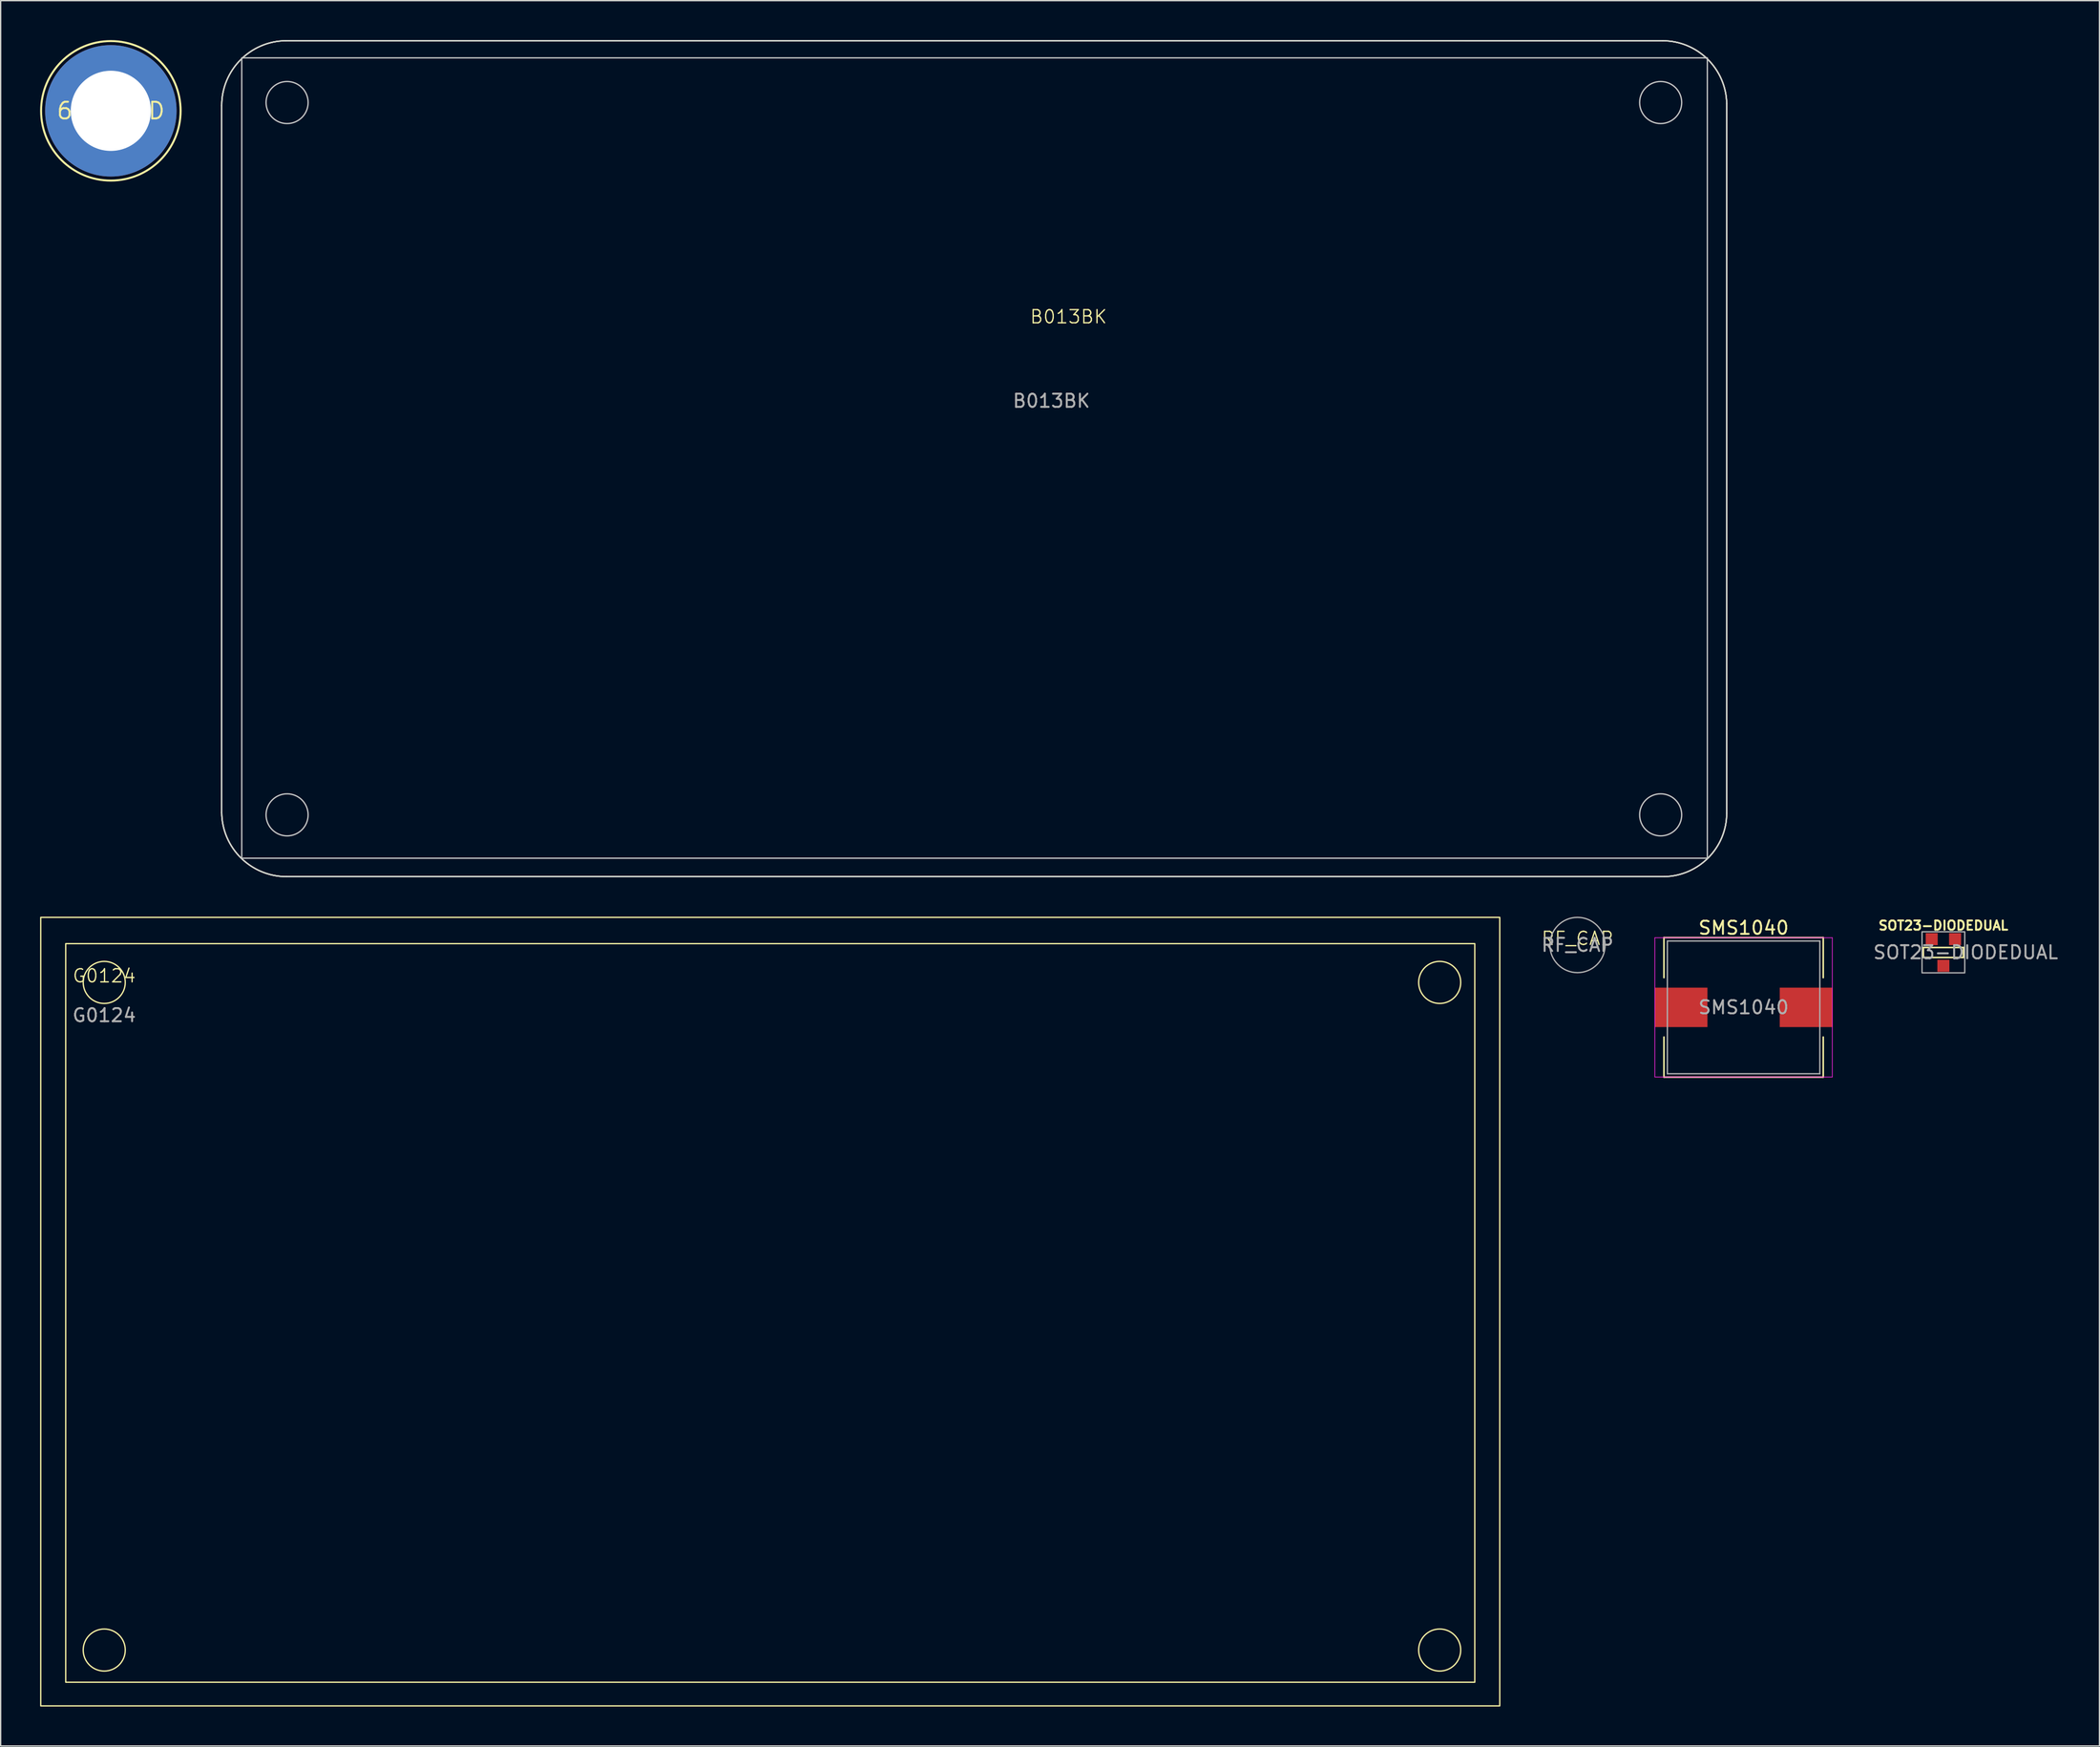
<source format=kicad_pcb>
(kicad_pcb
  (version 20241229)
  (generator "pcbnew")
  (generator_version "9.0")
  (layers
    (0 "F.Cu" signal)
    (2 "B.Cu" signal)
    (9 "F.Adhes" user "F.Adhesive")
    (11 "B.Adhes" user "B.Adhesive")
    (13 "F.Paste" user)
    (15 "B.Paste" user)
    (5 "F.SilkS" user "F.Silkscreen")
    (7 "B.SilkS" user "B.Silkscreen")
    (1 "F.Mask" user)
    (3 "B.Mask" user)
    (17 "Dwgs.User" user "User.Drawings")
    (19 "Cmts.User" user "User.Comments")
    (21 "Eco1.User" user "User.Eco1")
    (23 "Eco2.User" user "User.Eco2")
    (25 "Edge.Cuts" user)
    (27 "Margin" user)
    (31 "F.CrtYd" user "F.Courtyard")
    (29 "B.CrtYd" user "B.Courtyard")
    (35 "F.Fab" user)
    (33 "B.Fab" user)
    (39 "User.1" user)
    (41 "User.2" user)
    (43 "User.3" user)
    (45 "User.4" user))
  (footprint "B013BK"
    (layer "F.Cu")
    (at 18.742 4.752)
    (property "Reference" "B013BK" (at 59.5 16.3 0) (unlocked yes) (layer "F.SilkS") (effects (font (size 1 1) (thickness 0.1))))
    (fp_line (start -4.925 0.225) (end -4.925 54.025) (stroke (width 0.1) (type default)) (layer "F.SilkS"))
    (fp_line (start 0.002 58.9) (end 104.825 58.9) (stroke (width 0.1) (type default)) (layer "F.SilkS"))
    (fp_line (start 104.7 -4.7) (end -0.05 -4.702) (stroke (width 0.1) (type default)) (layer "F.SilkS"))
    (fp_line (start 109.575 54.075) (end 109.575 0.084) (stroke (width 0.1) (type default)) (layer "F.SilkS"))
    (fp_arc (start -4.925 0.224721) (mid -3.500283 -3.240889) (end -0.050025 -4.702391) (stroke (width 0.1) (type default)) (layer "F.SilkS"))
    (fp_arc (start 0.002112 58.899975) (mid -3.463498 57.475258) (end -4.925 54.025) (stroke (width 0.1) (type default)) (layer "F.SilkS"))
    (fp_arc (start 104.7 -4.7) (mid 108.115185 -3.304158) (end 109.575 0.084175) (stroke (width 0.1) (type default)) (layer "F.SilkS"))
    (fp_arc (start 109.575 54.075144) (mid 108.183462 57.456105) (end 104.824528 58.9) (stroke (width 0.1) (type default)) (layer "F.SilkS"))
    (fp_rect (start -3.4 -3.4) (end 108.1 57.5) (stroke (width 0.1) (type default)) (fill no) (layer "Dwgs.User"))
    (fp_circle (center 0.05 0) (end 1.65 0) (stroke (width 0.1) (type default)) (fill no) (layer "Dwgs.User"))
    (fp_circle (center 0.05 54.2) (end 1.65 54.2) (stroke (width 0.1) (type default)) (fill no) (layer "Dwgs.User"))
    (fp_circle (center 104.55 0) (end 106.15 0) (stroke (width 0.1) (type default)) (fill no) (layer "Dwgs.User"))
    (fp_circle (center 104.55 54.2) (end 106.15 54.2) (stroke (width 0.1) (type default)) (fill no) (layer "Dwgs.User"))
    (fp_line (start -4.925 0.225) (end -4.925 54.025) (stroke (width 0.1) (type default)) (layer "Edge.Cuts"))
    (fp_line (start 0.002 58.9) (end 104.825 58.9) (stroke (width 0.1) (type default)) (layer "Edge.Cuts"))
    (fp_line (start 104.7 -4.7) (end -0.05 -4.702) (stroke (width 0.1) (type default)) (layer "Edge.Cuts"))
    (fp_line (start 109.575 54.075) (end 109.575 0.084) (stroke (width 0.1) (type default)) (layer "Edge.Cuts"))
    (fp_arc (start -4.925 0.22472) (mid -3.500283 -3.24089) (end -0.050025 -4.702392) (stroke (width 0.1) (type default)) (layer "Edge.Cuts"))
    (fp_arc (start 0.002112 58.899974) (mid -3.463497 57.475257) (end -4.925 54.024999) (stroke (width 0.1) (type default)) (layer "Edge.Cuts"))
    (fp_arc (start 104.7 -4.700001) (mid 108.115198 -3.304173) (end 109.575 0.084174) (stroke (width 0.1) (type default)) (layer "Edge.Cuts"))
    (fp_arc (start 109.575 54.075143) (mid 108.183449 57.45609) (end 104.824528 58.899999) (stroke (width 0.1) (type default)) (layer "Edge.Cuts"))
    (fp_line (start -4.925 0.225) (end -4.925 54.025) (stroke (width 0.1) (type default)) (layer "F.Fab"))
    (fp_line (start 0.002 58.9) (end 104.825 58.9) (stroke (width 0.1) (type default)) (layer "F.Fab"))
    (fp_line (start 104.7 -4.7) (end -0.05 -4.702) (stroke (width 0.1) (type default)) (layer "F.Fab"))
    (fp_line (start 109.575 54.075) (end 109.575 0.084) (stroke (width 0.1) (type default)) (layer "F.Fab"))
    (fp_arc (start -4.925 0.22472) (mid -3.500283 -3.24089) (end -0.050025 -4.702392) (stroke (width 0.1) (type default)) (layer "F.Fab"))
    (fp_arc (start 0.002112 58.899974) (mid -3.463498 57.475257) (end -4.925 54.024999) (stroke (width 0.1) (type default)) (layer "F.Fab"))
    (fp_arc (start 104.7 -4.700001) (mid 108.115193 -3.304168) (end 109.575 0.084174) (stroke (width 0.1) (type default)) (layer "F.Fab"))
    (fp_arc (start 109.575 54.075143) (mid 108.183447 57.456089) (end 104.824528 58.899999) (stroke (width 0.1) (type default)) (layer "F.Fab"))
    (fp_text user "${REFERENCE}" (at 58.2 22.7 0) (unlocked yes) (layer "F.Fab") (effects (font (size 1 1) (thickness 0.15)))))
  (footprint "RF_CAP"
    (layer "F.Cu")
    (at 116.963 68.855)
    (property "Reference" "RF_CAP" (at 0 -0.5 0) (unlocked yes) (layer "F.SilkS") (effects (font (size 1 1) (thickness 0.1))))
    (fp_circle (center 0 0) (end 2 0.65) (stroke (width 0.1) (type default)) (fill no) (layer "F.Fab"))
    (fp_text user "${REFERENCE}" (at 0 0 0) (unlocked yes) (layer "F.Fab") (effects (font (size 1 1) (thickness 0.15)))))
  (footprint "SMS1040"
    (layer "F.Cu")
    (at 129.601 73.601)
    (property "Reference" "SMS1040" (at 0 -6.05 0) (layer "F.SilkS") (effects (font (size 1 1) (thickness 0.15))))
    (attr smd)
    (fp_line (start -6.06 -5.31) (end -6.06 -2.26) (stroke (width 0.12) (type solid)) (layer "F.SilkS"))
    (fp_line (start -6.06 -5.31) (end 6.06 -5.31) (stroke (width 0.12) (type solid)) (layer "F.SilkS"))
    (fp_line (start -6.06 5.31) (end -6.06 2.26) (stroke (width 0.12) (type solid)) (layer "F.SilkS"))
    (fp_line (start -6.06 5.31) (end 6.06 5.31) (stroke (width 0.12) (type solid)) (layer "F.SilkS"))
    (fp_line (start 6.06 -5.31) (end 6.06 -2.26) (stroke (width 0.12) (type solid)) (layer "F.SilkS"))
    (fp_line (start 6.06 5.31) (end 6.06 2.26) (stroke (width 0.12) (type solid)) (layer "F.SilkS"))
    (fp_line (start -6.75 -5.3) (end -6.75 5.3) (stroke (width 0.05) (type solid)) (layer "F.CrtYd"))
    (fp_line (start -6.75 5.3) (end 6.75 5.3) (stroke (width 0.05) (type solid)) (layer "F.CrtYd"))
    (fp_line (start 6.75 -5.3) (end -6.75 -5.3) (stroke (width 0.05) (type solid)) (layer "F.CrtYd"))
    (fp_line (start 6.75 5.3) (end 6.75 -5.3) (stroke (width 0.05) (type solid)) (layer "F.CrtYd"))
    (fp_line (start -5.8 -5.05) (end -5.8 5.05) (stroke (width 0.1) (type solid)) (layer "F.Fab"))
    (fp_line (start -5.8 5.05) (end 5.8 5.05) (stroke (width 0.1) (type solid)) (layer "F.Fab"))
    (fp_line (start 5.8 -5.05) (end -5.8 -5.05) (stroke (width 0.1) (type solid)) (layer "F.Fab"))
    (fp_line (start 5.8 5.05) (end 5.8 -5.05) (stroke (width 0.1) (type solid)) (layer "F.Fab"))
    (fp_text user "${REFERENCE}" (at 0 0 0) (layer "F.Fab") (effects (font (size 1 1) (thickness 0.15))))
    (pad "1" smd rect (at -4.75 0) (size 4 3) (layers "F.Cu" "F.Mask" "F.Paste"))
    (pad "2" smd rect (at 4.75 0) (size 4 3) (layers "F.Cu" "F.Mask" "F.Paste")))
  (footprint "SOT23-DIODEDUAL"
    (layer "F.Cu")
    (at 144.801 69.425)
    (property "Reference" "SOT23-DIODEDUAL" (at 0 -2.05 180) (layer "F.SilkS") (effects (font (size 0.7 0.7) (thickness 0.15) (bold yes))))
    (attr smd)
    (fp_line (start -1.524 -0.381) (end 1.524 -0.381) (stroke (width 0.119) (type solid)) (layer "F.SilkS"))
    (fp_line (start -1.524 0.381) (end -1.524 -0.381) (stroke (width 0.119) (type solid)) (layer "F.SilkS"))
    (fp_line (start 1.524 -0.381) (end 1.524 0.381) (stroke (width 0.119) (type solid)) (layer "F.SilkS"))
    (fp_line (start 1.524 0.381) (end -1.524 0.381) (stroke (width 0.119) (type solid)) (layer "F.SilkS"))
    (fp_rect (start -1.625 -1.575) (end 1.625 1.55) (stroke (width 0.1) (type default)) (fill no) (layer "F.Fab"))
    (fp_text user "${REFERENCE}" (at -5.425 0.575 0) (unlocked yes) (layer "F.Fab") (effects (font (size 1 1) (thickness 0.15)) (justify left bottom)))
    (pad "1" smd rect (at 0.889 -1.016) (size 0.914 0.914) (layers "F.Cu" "F.Mask" "F.Paste"))
    (pad "2" smd rect (at -0.889 -1.016) (size 0.914 0.914) (layers "F.Cu" "F.Mask" "F.Paste"))
    (pad "3" smd rect (at 0 1.016) (size 0.914 0.914) (layers "F.Cu" "F.Mask" "F.Paste")))
  (footprint "6,1-PAD"
    (layer "F.Cu")
    (at 5.383 5.383)
    (property "Reference" "6,1-PAD" (at 0 0 0) (layer "F.SilkS") (effects (font (size 1.27 1.27) (thickness 0.15))))
    (attr through_hole exclude_from_pos_files exclude_from_bom)
    (fp_circle (center 0 0) (end 5.3 0.275) (stroke (width 0.152) (type solid)) (fill no) (layer "F.SilkS"))
    (fp_circle (center 0 0) (end 2.325 0.325) (stroke (width 0.457) (type solid)) (fill no) (layer "F.Fab"))
    (fp_circle (center 0 0) (end 2.925 0.175) (stroke (width 0.203) (type solid)) (fill no) (layer "F.Fab"))
    (pad "1" thru_hole circle (at 0 0) (size 10 10) (drill 6.1) (layers "*.Cu" "*.Mask")))
  (footprint "G0124"
    (layer "F.Cu")
    (at 4.88 71.702)
    (property "Reference" "G0124" (at 0 -0.5 0) (unlocked yes) (layer "F.SilkS") (effects (font (size 1 1) (thickness 0.1))))
    (fp_rect (start -4.83 -4.95) (end 106.17 55.05) (stroke (width 0.1) (type default)) (fill no) (layer "F.SilkS"))
    (fp_rect (start -2.93 -2.95) (end 104.27 53.25) (stroke (width 0.1) (type default)) (fill no) (layer "F.SilkS"))
    (fp_circle (center 0 0) (end 1.6 0) (stroke (width 0.1) (type default)) (fill no) (layer "F.SilkS"))
    (fp_circle (center 0 50.8) (end 1.6 50.8) (stroke (width 0.1) (type default)) (fill no) (layer "F.SilkS"))
    (fp_circle (center 101.6 0) (end 103.2 0) (stroke (width 0.1) (type default)) (fill no) (layer "F.SilkS"))
    (fp_circle (center 101.6 50.8) (end 103.2 50.8) (stroke (width 0.1) (type default)) (fill no) (layer "F.SilkS"))
    (fp_text user "${REFERENCE}" (at 0 2.5 0) (unlocked yes) (layer "F.Fab") (effects (font (size 1 1) (thickness 0.15)))))
  (gr_rect
    (start -3 -3)
    (end 156.674 129.802)
    (stroke (width 0.1) (type default))
    (fill no)
    (layer "Edge.Cuts")))
</source>
